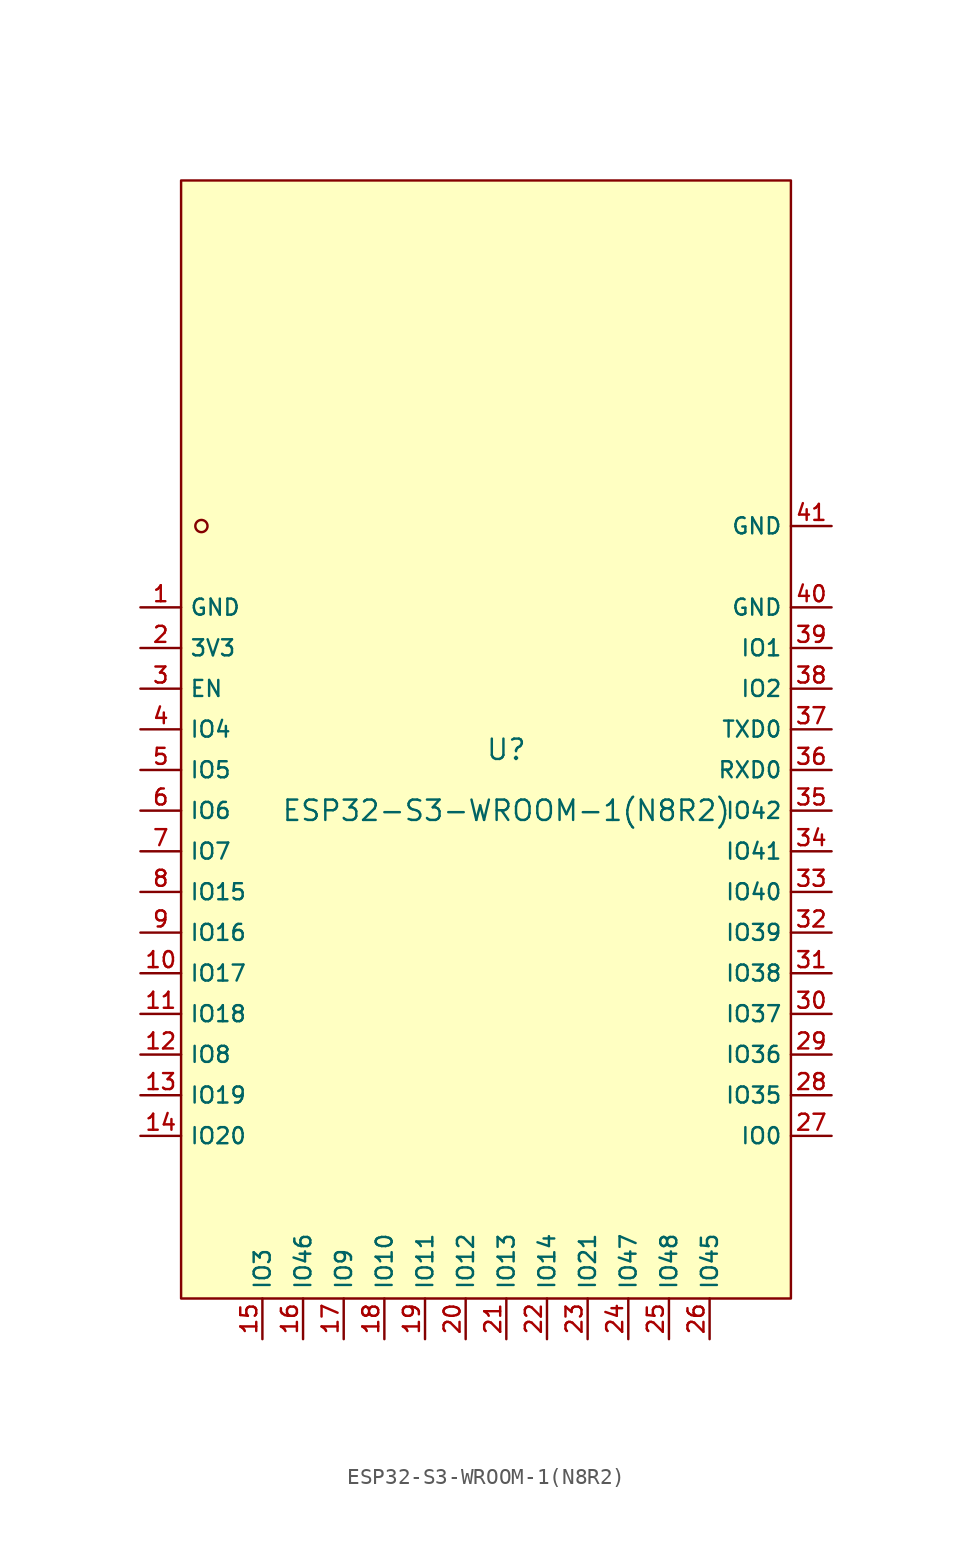
<source format=kicad_sym>
(kicad_symbol_lib
  (version 20210201)
  (generator TousstNicolas/JLC2KiCad_lib)
  (symbol "ESP32-S3-WROOM-1(N8R2)"
    (property "Reference" "U"
      (at 0 1.27 0)
      (effects (font (size 1.27 1.27))))
    (property "Value" "ESP32-S3-WROOM-1(N8R2)"
      (at 0 -2.54 0)
      (effects (font (size 1.27 1.27))))
    (symbol "ESP32-S3-WROOM-1(N8R2)_0_1"
      (pin unspecified line (at 20.32 15.24 180) (length 2.54) (name "GND" (effects (font (size 1 1)))) (number "41" (effects (font (size 1 1)))))
      (pin unspecified line (at 20.32 10.16 180) (length 2.54) (name "GND" (effects (font (size 1 1)))) (number "40" (effects (font (size 1 1)))))
      (pin unspecified line (at 20.32 7.62 180) (length 2.54) (name "IO1" (effects (font (size 1 1)))) (number "39" (effects (font (size 1 1)))))
      (pin unspecified line (at 20.32 5.08 180) (length 2.54) (name "IO2" (effects (font (size 1 1)))) (number "38" (effects (font (size 1 1)))))
      (pin unspecified line (at 20.32 2.54 180) (length 2.54) (name "TXD0" (effects (font (size 1 1)))) (number "37" (effects (font (size 1 1)))))
      (pin unspecified line (at 20.32 -0.0 180) (length 2.54) (name "RXD0" (effects (font (size 1 1)))) (number "36" (effects (font (size 1 1)))))
      (pin unspecified line (at 20.32 -2.54 180) (length 2.54) (name "IO42" (effects (font (size 1 1)))) (number "35" (effects (font (size 1 1)))))
      (pin unspecified line (at 20.32 -5.08 180) (length 2.54) (name "IO41" (effects (font (size 1 1)))) (number "34" (effects (font (size 1 1)))))
      (pin unspecified line (at 20.32 -7.62 180) (length 2.54) (name "IO40" (effects (font (size 1 1)))) (number "33" (effects (font (size 1 1)))))
      (pin unspecified line (at 20.32 -10.16 180) (length 2.54) (name "IO39" (effects (font (size 1 1)))) (number "32" (effects (font (size 1 1)))))
      (pin unspecified line (at 20.32 -12.7 180) (length 2.54) (name "IO38" (effects (font (size 1 1)))) (number "31" (effects (font (size 1 1)))))
      (pin unspecified line (at 20.32 -15.24 180) (length 2.54) (name "IO37" (effects (font (size 1 1)))) (number "30" (effects (font (size 1 1)))))
      (pin unspecified line (at 20.32 -17.78 180) (length 2.54) (name "IO36" (effects (font (size 1 1)))) (number "29" (effects (font (size 1 1)))))
      (pin unspecified line (at 20.32 -20.32 180) (length 2.54) (name "IO35" (effects (font (size 1 1)))) (number "28" (effects (font (size 1 1)))))
      (pin unspecified line (at 20.32 -22.86 180) (length 2.54) (name "IO0" (effects (font (size 1 1)))) (number "27" (effects (font (size 1 1)))))
      (pin unspecified line (at 12.7 -35.56 90) (length 2.54) (name "IO45" (effects (font (size 1 1)))) (number "26" (effects (font (size 1 1)))))
      (pin unspecified line (at 10.16 -35.56 90) (length 2.54) (name "IO48" (effects (font (size 1 1)))) (number "25" (effects (font (size 1 1)))))
      (pin unspecified line (at 7.62 -35.56 90) (length 2.54) (name "IO47" (effects (font (size 1 1)))) (number "24" (effects (font (size 1 1)))))
      (pin unspecified line (at 5.08 -35.56 90) (length 2.54) (name "IO21" (effects (font (size 1 1)))) (number "23" (effects (font (size 1 1)))))
      (pin unspecified line (at 2.54 -35.56 90) (length 2.54) (name "IO14" (effects (font (size 1 1)))) (number "22" (effects (font (size 1 1)))))
      (pin unspecified line (at 0.0 -35.56 90) (length 2.54) (name "IO13" (effects (font (size 1 1)))) (number "21" (effects (font (size 1 1)))))
      (pin unspecified line (at -2.54 -35.56 90) (length 2.54) (name "IO12" (effects (font (size 1 1)))) (number "20" (effects (font (size 1 1)))))
      (pin unspecified line (at -5.08 -35.56 90) (length 2.54) (name "IO11" (effects (font (size 1 1)))) (number "19" (effects (font (size 1 1)))))
      (pin unspecified line (at -7.62 -35.56 90) (length 2.54) (name "IO10" (effects (font (size 1 1)))) (number "18" (effects (font (size 1 1)))))
      (pin unspecified line (at -10.16 -35.56 90) (length 2.54) (name "IO9" (effects (font (size 1 1)))) (number "17" (effects (font (size 1 1)))))
      (pin unspecified line (at -12.7 -35.56 90) (length 2.54) (name "IO46" (effects (font (size 1 1)))) (number "16" (effects (font (size 1 1)))))
      (pin unspecified line (at -15.24 -35.56 90) (length 2.54) (name "IO3" (effects (font (size 1 1)))) (number "15" (effects (font (size 1 1)))))
      (pin unspecified line (at -22.86 -22.86 0) (length 2.54) (name "IO20" (effects (font (size 1 1)))) (number "14" (effects (font (size 1 1)))))
      (pin unspecified line (at -22.86 -20.32 0) (length 2.54) (name "IO19" (effects (font (size 1 1)))) (number "13" (effects (font (size 1 1)))))
      (pin unspecified line (at -22.86 -17.78 0) (length 2.54) (name "IO8" (effects (font (size 1 1)))) (number "12" (effects (font (size 1 1)))))
      (pin unspecified line (at -22.86 -15.24 0) (length 2.54) (name "IO18" (effects (font (size 1 1)))) (number "11" (effects (font (size 1 1)))))
      (pin unspecified line (at -22.86 -12.7 0) (length 2.54) (name "IO17" (effects (font (size 1 1)))) (number "10" (effects (font (size 1 1)))))
      (pin unspecified line (at -22.86 -10.16 0) (length 2.54) (name "IO16" (effects (font (size 1 1)))) (number "9" (effects (font (size 1 1)))))
      (pin unspecified line (at -22.86 -7.62 0) (length 2.54) (name "IO15" (effects (font (size 1 1)))) (number "8" (effects (font (size 1 1)))))
      (pin unspecified line (at -22.86 -5.08 0) (length 2.54) (name "IO7" (effects (font (size 1 1)))) (number "7" (effects (font (size 1 1)))))
      (pin unspecified line (at -22.86 -2.54 0) (length 2.54) (name "IO6" (effects (font (size 1 1)))) (number "6" (effects (font (size 1 1)))))
      (pin unspecified line (at -22.86 -0.0 0) (length 2.54) (name "IO5" (effects (font (size 1 1)))) (number "5" (effects (font (size 1 1)))))
      (pin unspecified line (at -22.86 2.54 0) (length 2.54) (name "IO4" (effects (font (size 1 1)))) (number "4" (effects (font (size 1 1)))))
      (pin unspecified line (at -22.86 5.08 0) (length 2.54) (name "EN" (effects (font (size 1 1)))) (number "3" (effects (font (size 1 1)))))
      (pin unspecified line (at -22.86 7.62 0) (length 2.54) (name "3V3" (effects (font (size 1 1)))) (number "2" (effects (font (size 1 1)))))
      (pin unspecified line (at -22.86 10.16 0) (length 2.54) (name "GND" (effects (font (size 1 1)))) (number "1" (effects (font (size 1 1)))))
      (circle (center -19.05 15.24) (radius 0.381) (stroke (width 0) (type default) (color 0 0 0 0)) (fill (type background)))
      (rectangle (start -20.32 36.83) (end 17.78 -33.02) (stroke (width 0) (type default) (color 0 0 0 0)) (fill (type background))))))
</source>
